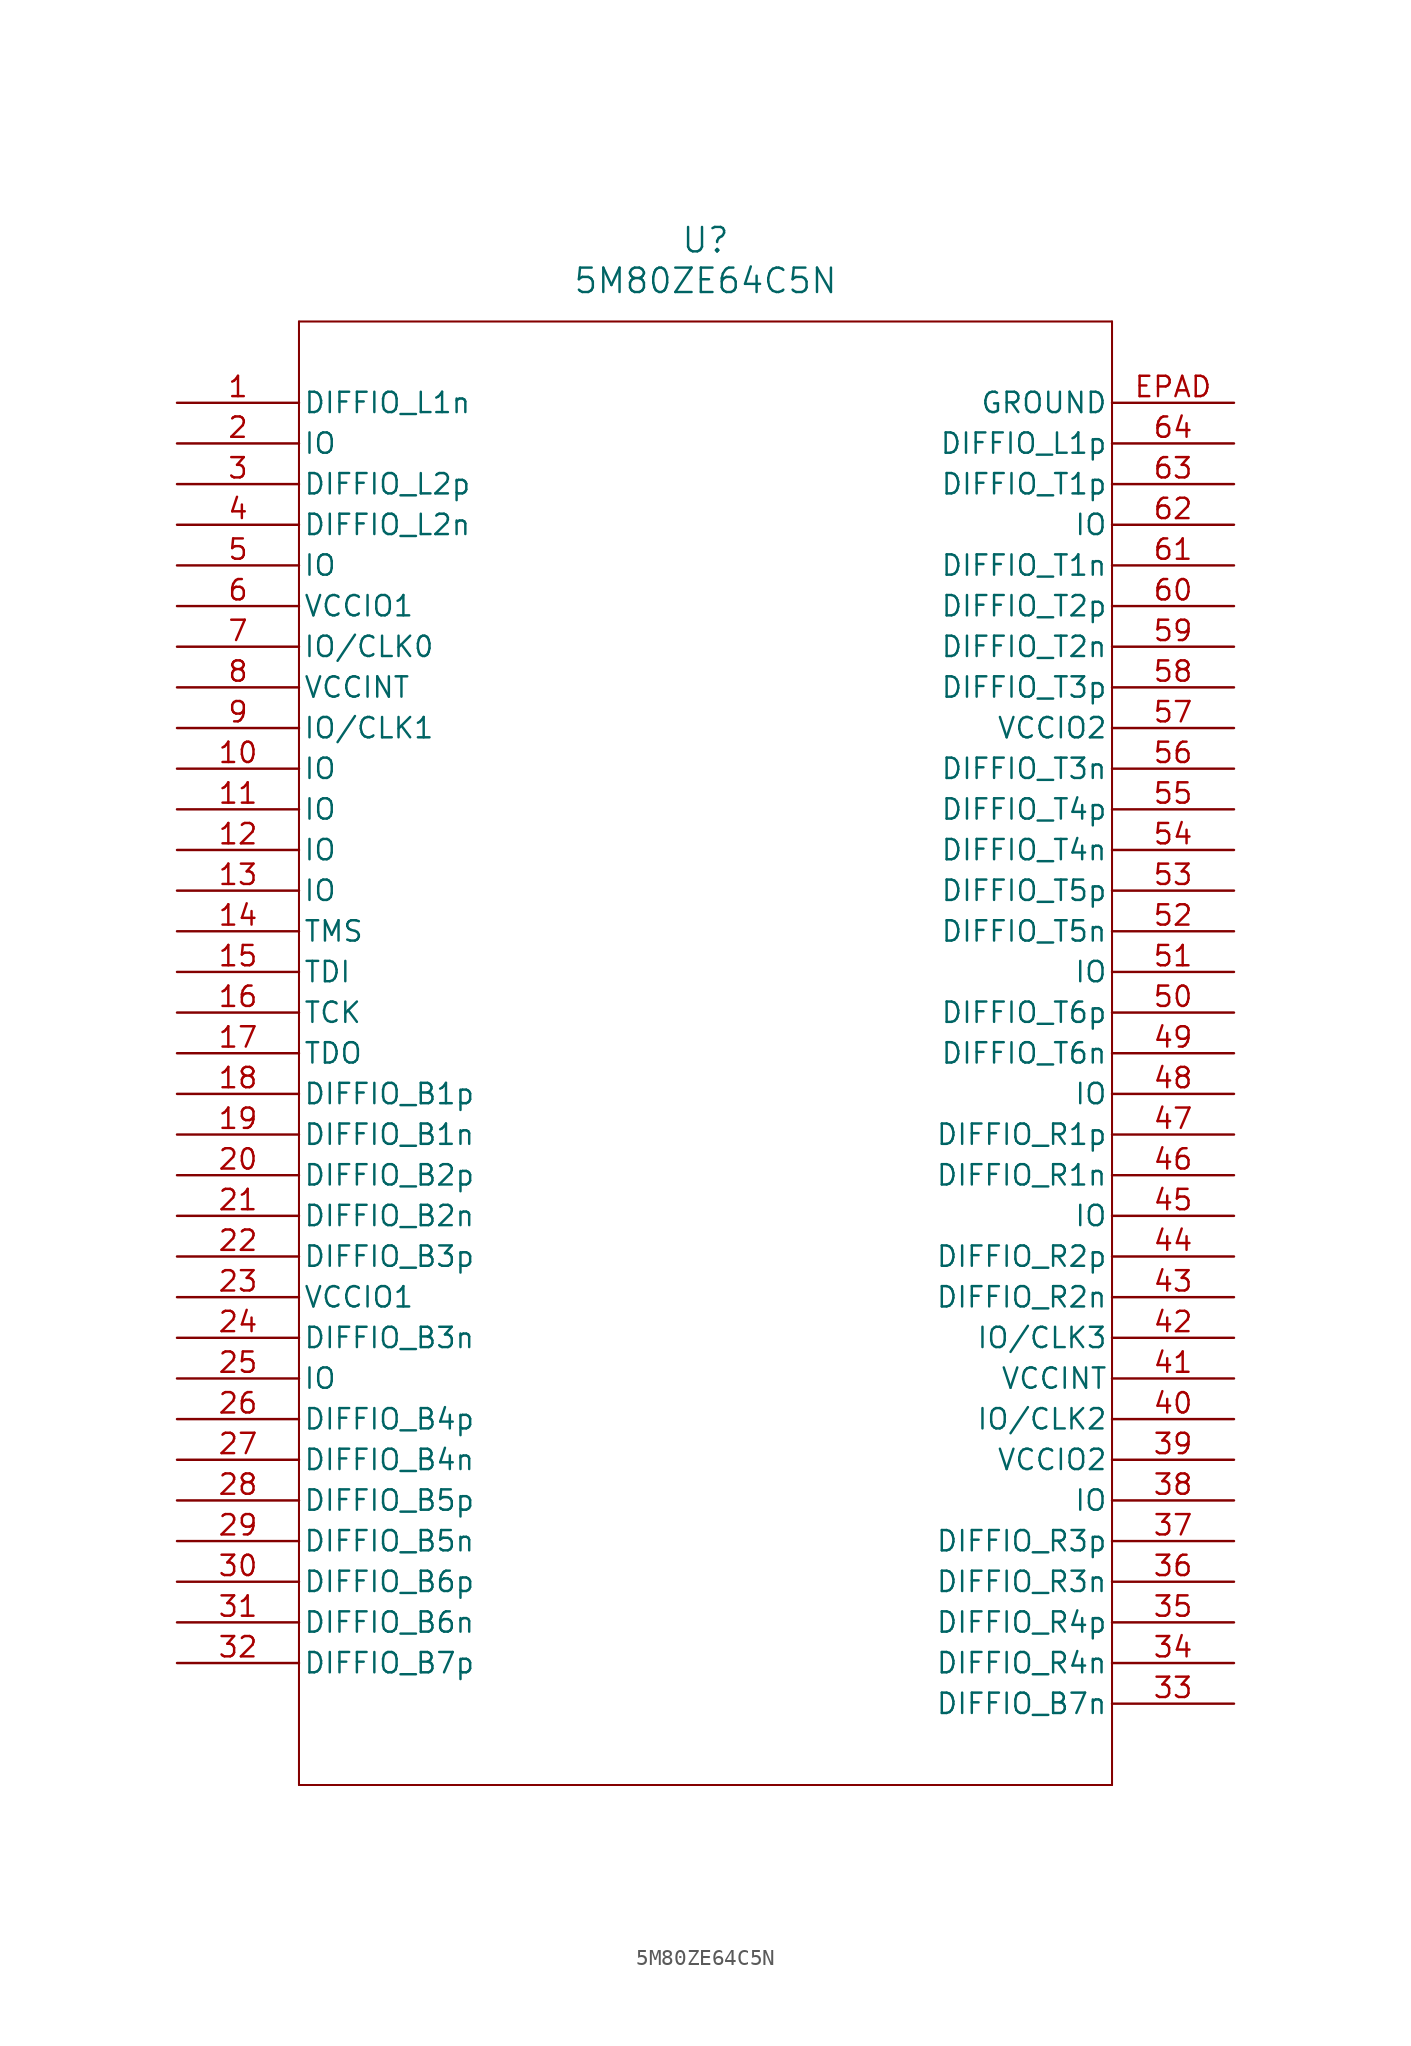
<source format=kicad_sym>
(kicad_symbol_lib
  (version 20211014)
  (generator kicad_symbol_editor)
  (symbol "5M80ZE64C5N"
    (pin_names
      (offset 0.254))
    (property "Reference" "U"
      (at 33.02 10.16 0)
      (effects (font (size 1.524 1.524))))
    (property "Value" "5M80ZE64C5N"
      (at 33.02 7.62 0)
      (effects (font (size 1.524 1.524))))
    (symbol "5M80ZE64C5N_0_1"
      (polyline (pts (xy 7.62 5.08) (xy 7.62 -86.36)) (stroke (width 0.127) (type default) (color 0 0 0 0)) (fill (type none)))
      (polyline (pts (xy 7.62 -86.36) (xy 58.42 -86.36)) (stroke (width 0.127) (type default) (color 0 0 0 0)) (fill (type none)))
      (polyline (pts (xy 58.42 -86.36) (xy 58.42 5.08)) (stroke (width 0.127) (type default) (color 0 0 0 0)) (fill (type none)))
      (polyline (pts (xy 58.42 5.08) (xy 7.62 5.08)) (stroke (width 0.127) (type default) (color 0 0 0 0)) (fill (type none)))
      (pin bidirectional line (at 0 0 0) (length 7.62) (name "DIFFIO_L1n" (effects (font (size 1.27 1.27)))) (number "1" (effects (font (size 1.27 1.27)))))
      (pin bidirectional line (at 0 -2.54 0) (length 7.62) (name "IO" (effects (font (size 1.27 1.27)))) (number "2" (effects (font (size 1.27 1.27)))))
      (pin bidirectional line (at 0 -5.08 0) (length 7.62) (name "DIFFIO_L2p" (effects (font (size 1.27 1.27)))) (number "3" (effects (font (size 1.27 1.27)))))
      (pin bidirectional line (at 0 -7.62 0) (length 7.62) (name "DIFFIO_L2n" (effects (font (size 1.27 1.27)))) (number "4" (effects (font (size 1.27 1.27)))))
      (pin bidirectional line (at 0 -10.16 0) (length 7.62) (name "IO" (effects (font (size 1.27 1.27)))) (number "5" (effects (font (size 1.27 1.27)))))
      (pin power_in line (at 0 -12.7 0) (length 7.62) (name "VCCIO1" (effects (font (size 1.27 1.27)))) (number "6" (effects (font (size 1.27 1.27)))))
      (pin bidirectional line (at 0 -15.24 0) (length 7.62) (name "IO/CLK0" (effects (font (size 1.27 1.27)))) (number "7" (effects (font (size 1.27 1.27)))))
      (pin power_in line (at 0 -17.78 0) (length 7.62) (name "VCCINT" (effects (font (size 1.27 1.27)))) (number "8" (effects (font (size 1.27 1.27)))))
      (pin bidirectional line (at 0 -20.32 0) (length 7.62) (name "IO/CLK1" (effects (font (size 1.27 1.27)))) (number "9" (effects (font (size 1.27 1.27)))))
      (pin bidirectional line (at 0 -22.86 0) (length 7.62) (name "IO" (effects (font (size 1.27 1.27)))) (number "10" (effects (font (size 1.27 1.27)))))
      (pin bidirectional line (at 0 -25.4 0) (length 7.62) (name "IO" (effects (font (size 1.27 1.27)))) (number "11" (effects (font (size 1.27 1.27)))))
      (pin bidirectional line (at 0 -27.94 0) (length 7.62) (name "IO" (effects (font (size 1.27 1.27)))) (number "12" (effects (font (size 1.27 1.27)))))
      (pin bidirectional line (at 0 -30.48 0) (length 7.62) (name "IO" (effects (font (size 1.27 1.27)))) (number "13" (effects (font (size 1.27 1.27)))))
      (pin unspecified line (at 0 -33.02 0) (length 7.62) (name "TMS" (effects (font (size 1.27 1.27)))) (number "14" (effects (font (size 1.27 1.27)))))
      (pin unspecified line (at 0 -35.56 0) (length 7.62) (name "TDI" (effects (font (size 1.27 1.27)))) (number "15" (effects (font (size 1.27 1.27)))))
      (pin unspecified line (at 0 -38.1 0) (length 7.62) (name "TCK" (effects (font (size 1.27 1.27)))) (number "16" (effects (font (size 1.27 1.27)))))
      (pin unspecified line (at 0 -40.64 0) (length 7.62) (name "TDO" (effects (font (size 1.27 1.27)))) (number "17" (effects (font (size 1.27 1.27)))))
      (pin bidirectional line (at 0 -43.18 0) (length 7.62) (name "DIFFIO_B1p" (effects (font (size 1.27 1.27)))) (number "18" (effects (font (size 1.27 1.27)))))
      (pin bidirectional line (at 0 -45.72 0) (length 7.62) (name "DIFFIO_B1n" (effects (font (size 1.27 1.27)))) (number "19" (effects (font (size 1.27 1.27)))))
      (pin bidirectional line (at 0 -48.26 0) (length 7.62) (name "DIFFIO_B2p" (effects (font (size 1.27 1.27)))) (number "20" (effects (font (size 1.27 1.27)))))
      (pin bidirectional line (at 0 -50.8 0) (length 7.62) (name "DIFFIO_B2n" (effects (font (size 1.27 1.27)))) (number "21" (effects (font (size 1.27 1.27)))))
      (pin bidirectional line (at 0 -53.34 0) (length 7.62) (name "DIFFIO_B3p" (effects (font (size 1.27 1.27)))) (number "22" (effects (font (size 1.27 1.27)))))
      (pin power_in line (at 0 -55.88 0) (length 7.62) (name "VCCIO1" (effects (font (size 1.27 1.27)))) (number "23" (effects (font (size 1.27 1.27)))))
      (pin bidirectional line (at 0 -58.42 0) (length 7.62) (name "DIFFIO_B3n" (effects (font (size 1.27 1.27)))) (number "24" (effects (font (size 1.27 1.27)))))
      (pin bidirectional line (at 0 -60.96 0) (length 7.62) (name "IO" (effects (font (size 1.27 1.27)))) (number "25" (effects (font (size 1.27 1.27)))))
      (pin bidirectional line (at 0 -63.5 0) (length 7.62) (name "DIFFIO_B4p" (effects (font (size 1.27 1.27)))) (number "26" (effects (font (size 1.27 1.27)))))
      (pin bidirectional line (at 0 -66.04 0) (length 7.62) (name "DIFFIO_B4n" (effects (font (size 1.27 1.27)))) (number "27" (effects (font (size 1.27 1.27)))))
      (pin bidirectional line (at 0 -68.58 0) (length 7.62) (name "DIFFIO_B5p" (effects (font (size 1.27 1.27)))) (number "28" (effects (font (size 1.27 1.27)))))
      (pin bidirectional line (at 0 -71.12 0) (length 7.62) (name "DIFFIO_B5n" (effects (font (size 1.27 1.27)))) (number "29" (effects (font (size 1.27 1.27)))))
      (pin bidirectional line (at 0 -73.66 0) (length 7.62) (name "DIFFIO_B6p" (effects (font (size 1.27 1.27)))) (number "30" (effects (font (size 1.27 1.27)))))
      (pin bidirectional line (at 0 -76.2 0) (length 7.62) (name "DIFFIO_B6n" (effects (font (size 1.27 1.27)))) (number "31" (effects (font (size 1.27 1.27)))))
      (pin bidirectional line (at 0 -78.74 0) (length 7.62) (name "DIFFIO_B7p" (effects (font (size 1.27 1.27)))) (number "32" (effects (font (size 1.27 1.27)))))
      (pin bidirectional line (at 66.04 -81.28 180) (length 7.62) (name "DIFFIO_B7n" (effects (font (size 1.27 1.27)))) (number "33" (effects (font (size 1.27 1.27)))))
      (pin bidirectional line (at 66.04 -78.74 180) (length 7.62) (name "DIFFIO_R4n" (effects (font (size 1.27 1.27)))) (number "34" (effects (font (size 1.27 1.27)))))
      (pin bidirectional line (at 66.04 -76.2 180) (length 7.62) (name "DIFFIO_R4p" (effects (font (size 1.27 1.27)))) (number "35" (effects (font (size 1.27 1.27)))))
      (pin bidirectional line (at 66.04 -73.66 180) (length 7.62) (name "DIFFIO_R3n" (effects (font (size 1.27 1.27)))) (number "36" (effects (font (size 1.27 1.27)))))
      (pin bidirectional line (at 66.04 -71.12 180) (length 7.62) (name "DIFFIO_R3p" (effects (font (size 1.27 1.27)))) (number "37" (effects (font (size 1.27 1.27)))))
      (pin bidirectional line (at 66.04 -68.58 180) (length 7.62) (name "IO" (effects (font (size 1.27 1.27)))) (number "38" (effects (font (size 1.27 1.27)))))
      (pin power_in line (at 66.04 -66.04 180) (length 7.62) (name "VCCIO2" (effects (font (size 1.27 1.27)))) (number "39" (effects (font (size 1.27 1.27)))))
      (pin bidirectional line (at 66.04 -63.5 180) (length 7.62) (name "IO/CLK2" (effects (font (size 1.27 1.27)))) (number "40" (effects (font (size 1.27 1.27)))))
      (pin power_in line (at 66.04 -60.96 180) (length 7.62) (name "VCCINT" (effects (font (size 1.27 1.27)))) (number "41" (effects (font (size 1.27 1.27)))))
      (pin bidirectional line (at 66.04 -58.42 180) (length 7.62) (name "IO/CLK3" (effects (font (size 1.27 1.27)))) (number "42" (effects (font (size 1.27 1.27)))))
      (pin bidirectional line (at 66.04 -55.88 180) (length 7.62) (name "DIFFIO_R2n" (effects (font (size 1.27 1.27)))) (number "43" (effects (font (size 1.27 1.27)))))
      (pin bidirectional line (at 66.04 -53.34 180) (length 7.62) (name "DIFFIO_R2p" (effects (font (size 1.27 1.27)))) (number "44" (effects (font (size 1.27 1.27)))))
      (pin bidirectional line (at 66.04 -50.8 180) (length 7.62) (name "IO" (effects (font (size 1.27 1.27)))) (number "45" (effects (font (size 1.27 1.27)))))
      (pin bidirectional line (at 66.04 -48.26 180) (length 7.62) (name "DIFFIO_R1n" (effects (font (size 1.27 1.27)))) (number "46" (effects (font (size 1.27 1.27)))))
      (pin bidirectional line (at 66.04 -45.72 180) (length 7.62) (name "DIFFIO_R1p" (effects (font (size 1.27 1.27)))) (number "47" (effects (font (size 1.27 1.27)))))
      (pin bidirectional line (at 66.04 -43.18 180) (length 7.62) (name "IO" (effects (font (size 1.27 1.27)))) (number "48" (effects (font (size 1.27 1.27)))))
      (pin bidirectional line (at 66.04 -40.64 180) (length 7.62) (name "DIFFIO_T6n" (effects (font (size 1.27 1.27)))) (number "49" (effects (font (size 1.27 1.27)))))
      (pin bidirectional line (at 66.04 -38.1 180) (length 7.62) (name "DIFFIO_T6p" (effects (font (size 1.27 1.27)))) (number "50" (effects (font (size 1.27 1.27)))))
      (pin bidirectional line (at 66.04 -35.56 180) (length 7.62) (name "IO" (effects (font (size 1.27 1.27)))) (number "51" (effects (font (size 1.27 1.27)))))
      (pin bidirectional line (at 66.04 -33.02 180) (length 7.62) (name "DIFFIO_T5n" (effects (font (size 1.27 1.27)))) (number "52" (effects (font (size 1.27 1.27)))))
      (pin bidirectional line (at 66.04 -30.48 180) (length 7.62) (name "DIFFIO_T5p" (effects (font (size 1.27 1.27)))) (number "53" (effects (font (size 1.27 1.27)))))
      (pin bidirectional line (at 66.04 -27.94 180) (length 7.62) (name "DIFFIO_T4n" (effects (font (size 1.27 1.27)))) (number "54" (effects (font (size 1.27 1.27)))))
      (pin bidirectional line (at 66.04 -25.4 180) (length 7.62) (name "DIFFIO_T4p" (effects (font (size 1.27 1.27)))) (number "55" (effects (font (size 1.27 1.27)))))
      (pin bidirectional line (at 66.04 -22.86 180) (length 7.62) (name "DIFFIO_T3n" (effects (font (size 1.27 1.27)))) (number "56" (effects (font (size 1.27 1.27)))))
      (pin power_in line (at 66.04 -20.32 180) (length 7.62) (name "VCCIO2" (effects (font (size 1.27 1.27)))) (number "57" (effects (font (size 1.27 1.27)))))
      (pin bidirectional line (at 66.04 -17.78 180) (length 7.62) (name "DIFFIO_T3p" (effects (font (size 1.27 1.27)))) (number "58" (effects (font (size 1.27 1.27)))))
      (pin bidirectional line (at 66.04 -15.24 180) (length 7.62) (name "DIFFIO_T2n" (effects (font (size 1.27 1.27)))) (number "59" (effects (font (size 1.27 1.27)))))
      (pin bidirectional line (at 66.04 -12.7 180) (length 7.62) (name "DIFFIO_T2p" (effects (font (size 1.27 1.27)))) (number "60" (effects (font (size 1.27 1.27)))))
      (pin bidirectional line (at 66.04 -10.16 180) (length 7.62) (name "DIFFIO_T1n" (effects (font (size 1.27 1.27)))) (number "61" (effects (font (size 1.27 1.27)))))
      (pin bidirectional line (at 66.04 -7.62 180) (length 7.62) (name "IO" (effects (font (size 1.27 1.27)))) (number "62" (effects (font (size 1.27 1.27)))))
      (pin bidirectional line (at 66.04 -5.08 180) (length 7.62) (name "DIFFIO_T1p" (effects (font (size 1.27 1.27)))) (number "63" (effects (font (size 1.27 1.27)))))
      (pin bidirectional line (at 66.04 -2.54 180) (length 7.62) (name "DIFFIO_L1p" (effects (font (size 1.27 1.27)))) (number "64" (effects (font (size 1.27 1.27)))))
      (pin power_out line (at 66.04 0 180) (length 7.62) (name "GROUND" (effects (font (size 1.27 1.27)))) (number "EPAD" (effects (font (size 1.27 1.27))))))))
</source>
